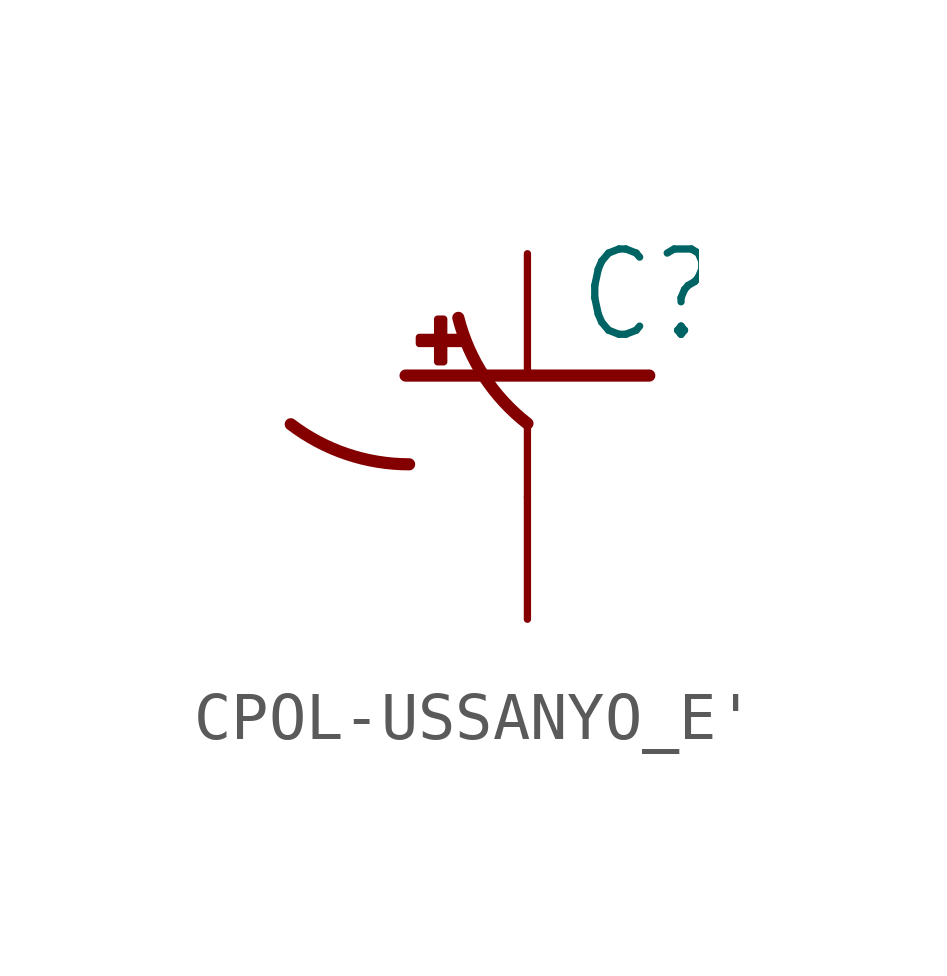
<source format=kicad_sym>
(kicad_symbol_lib
  (version 20241209)
  (generator "kicad_symbol_editor")
  (generator_version "9.0")
  (symbol "CPOL-USSANYO_E'"
    (property "Reference" "C"
      (at 1.016 0.635 0)
      (effects (font (size 1.778 1.511)) (justify left bottom)))
    (property "Value" ""
      (at 1.016 -4.191 0)
      (effects (font (size 1.778 1.511)) (justify left bottom)))
    (property "ki_locked" ""
      (at 0 0 0)
      (effects (font (size 1.27 1.27))))
    (symbol "CPOL-USSANYO_E'_1_0"
      (polyline (pts (xy -2.54 0) (xy 2.54 0)) (stroke (width 0.254) (type solid)) (fill (type none)))
      (arc (start -2.4669 -1.8504) (mid -3.7689 -1.6361) (end -4.9337 -1.0159) (stroke (width 0.254) (type solid)) (fill (type none)))
      (rectangle (start -2.253 0.668) (end -1.364 0.795) (stroke (width 0) (type default)) (fill (type outline)))
      (rectangle (start -1.872 0.287) (end -1.745 1.176) (stroke (width 0) (type default)) (fill (type outline)))
      (polyline (pts (xy 0 -1.016) (xy 0 -2.54)) (stroke (width 0.152) (type solid)) (fill (type none)))
      (arc (start 0 -1) (mid -0.9038 -0.0189) (end -1.4403 1.2025) (stroke (width 0.254) (type solid)) (fill (type none)))
      (pin passive line (at 0 2.54 270) (length 2.54) (name "+" (effects (font (size 0 0)))) (number "+" (effects (font (size 0 0)))))
      (pin passive line (at 0 -5.08 90) (length 2.54) (name "-" (effects (font (size 0 0)))) (number "-" (effects (font (size 0 0))))))))
</source>
